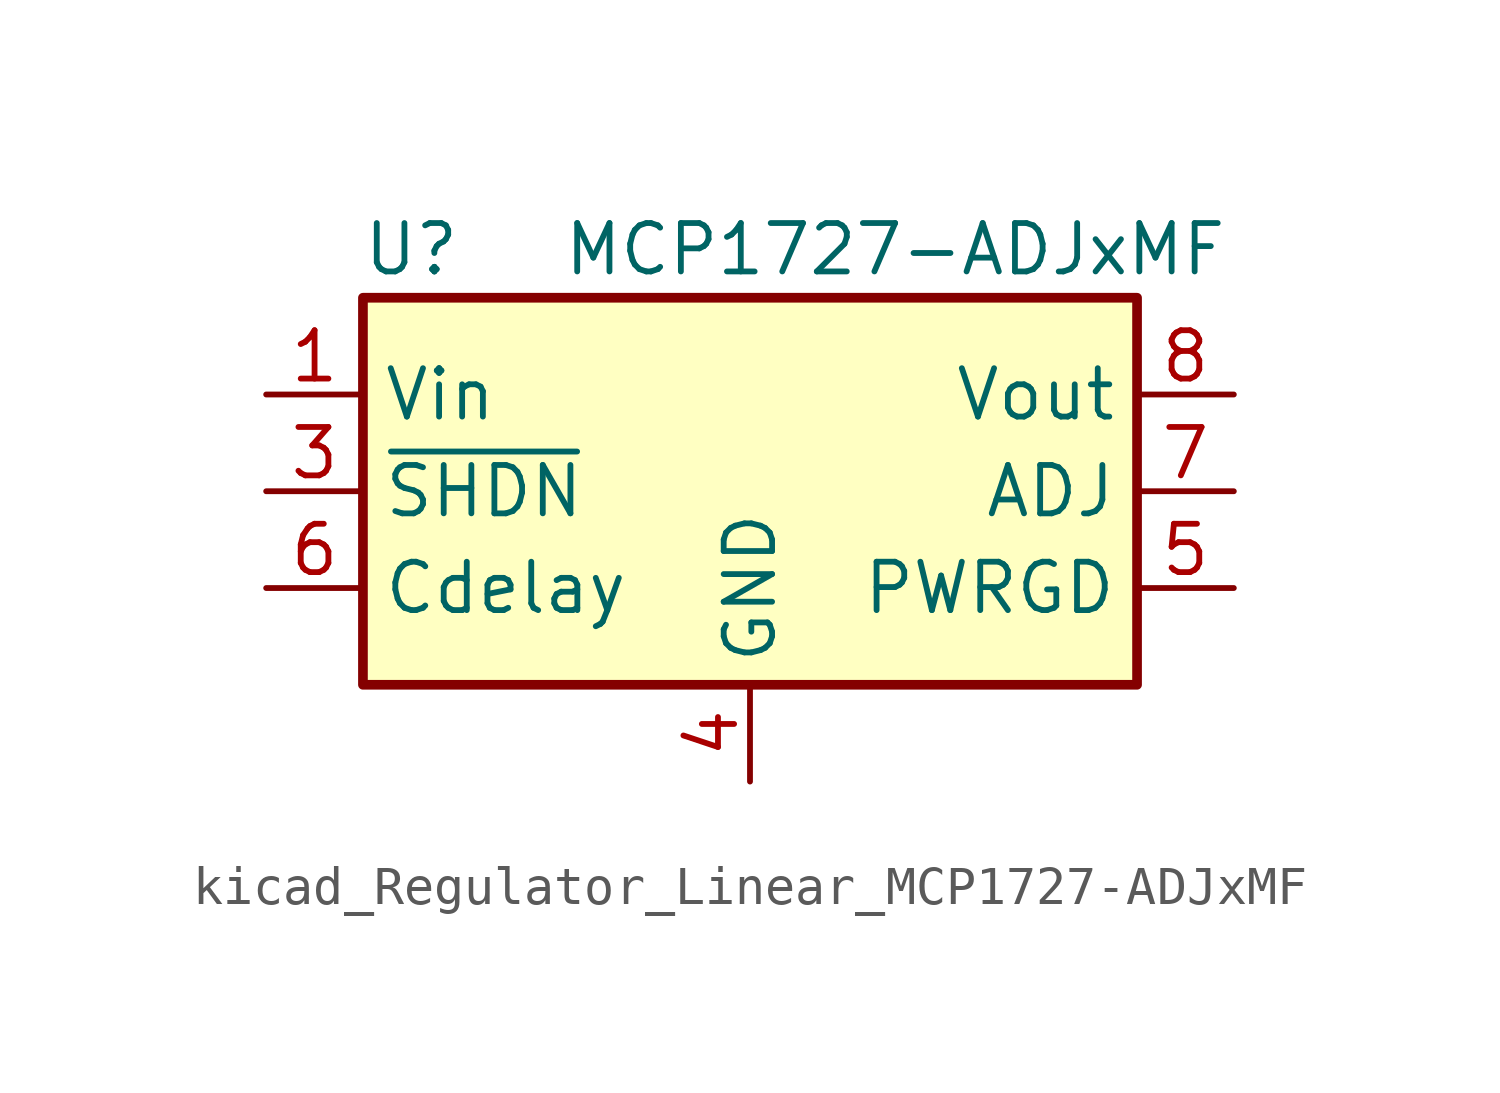
<source format=kicad_sym>
(kicad_symbol_lib
  (version 20220914)
  (generator kicad_symbol_editor)
  (symbol "kicad_Regulator_Linear_MCP1727-ADJxMF"
    (property "Reference" "U"
      (at -8.89 6.35 0)
      (effects (font (size 1.27 1.27))))
    (property "Value" "MCP1727-ADJxMF"
      (at 3.81 6.35 0)
      (effects (font (size 1.27 1.27))))
    (symbol "kicad_Regulator_Linear_MCP1727-ADJxMF_0_0"
      (pin power_in line (at 0 -7.62 90) (length 2.54) (name "GND" (effects (font (size 1.27 1.27)))) (number "4" (effects (font (size 1.27 1.27)))))
      (pin open_collector line (at 12.7 -2.54 180) (length 2.54) (name "PWRGD" (effects (font (size 1.27 1.27)))) (number "5" (effects (font (size 1.27 1.27)))))
      (pin input line (at -12.7 -2.54 0) (length 2.54) (name "Cdelay" (effects (font (size 1.27 1.27)))) (number "6" (effects (font (size 1.27 1.27)))))
      (pin input line (at 12.7 0 180) (length 2.54) (name "ADJ" (effects (font (size 1.27 1.27)))) (number "7" (effects (font (size 1.27 1.27)))))
      (pin power_out line (at 12.7 2.54 180) (length 2.54) (name "Vout" (effects (font (size 1.27 1.27)))) (number "8" (effects (font (size 1.27 1.27)))))
      (pin passive line (at 0 -7.62 90) (length 2.54) hide (name "GND" (effects (font (size 1.27 1.27)))) (number "9" (effects (font (size 1.27 1.27))))))
    (symbol "kicad_Regulator_Linear_MCP1727-ADJxMF_0_1"
      (rectangle (start -10.16 5.08) (end 10.16 -5.08) (stroke (width 0.254) (type default)) (fill (type background))))
    (symbol "kicad_Regulator_Linear_MCP1727-ADJxMF_1_1"
      (pin power_in line (at -12.7 2.54 0) (length 2.54) (name "Vin" (effects (font (size 1.27 1.27)))) (number "1" (effects (font (size 1.27 1.27)))))
      (pin passive line (at -12.7 2.54 0) (length 2.54) hide (name "Vin" (effects (font (size 1.27 1.27)))) (number "2" (effects (font (size 1.27 1.27)))))
      (pin input line (at -12.7 0 0) (length 2.54) (name "~{SHDN}" (effects (font (size 1.27 1.27)))) (number "3" (effects (font (size 1.27 1.27))))))))
</source>
